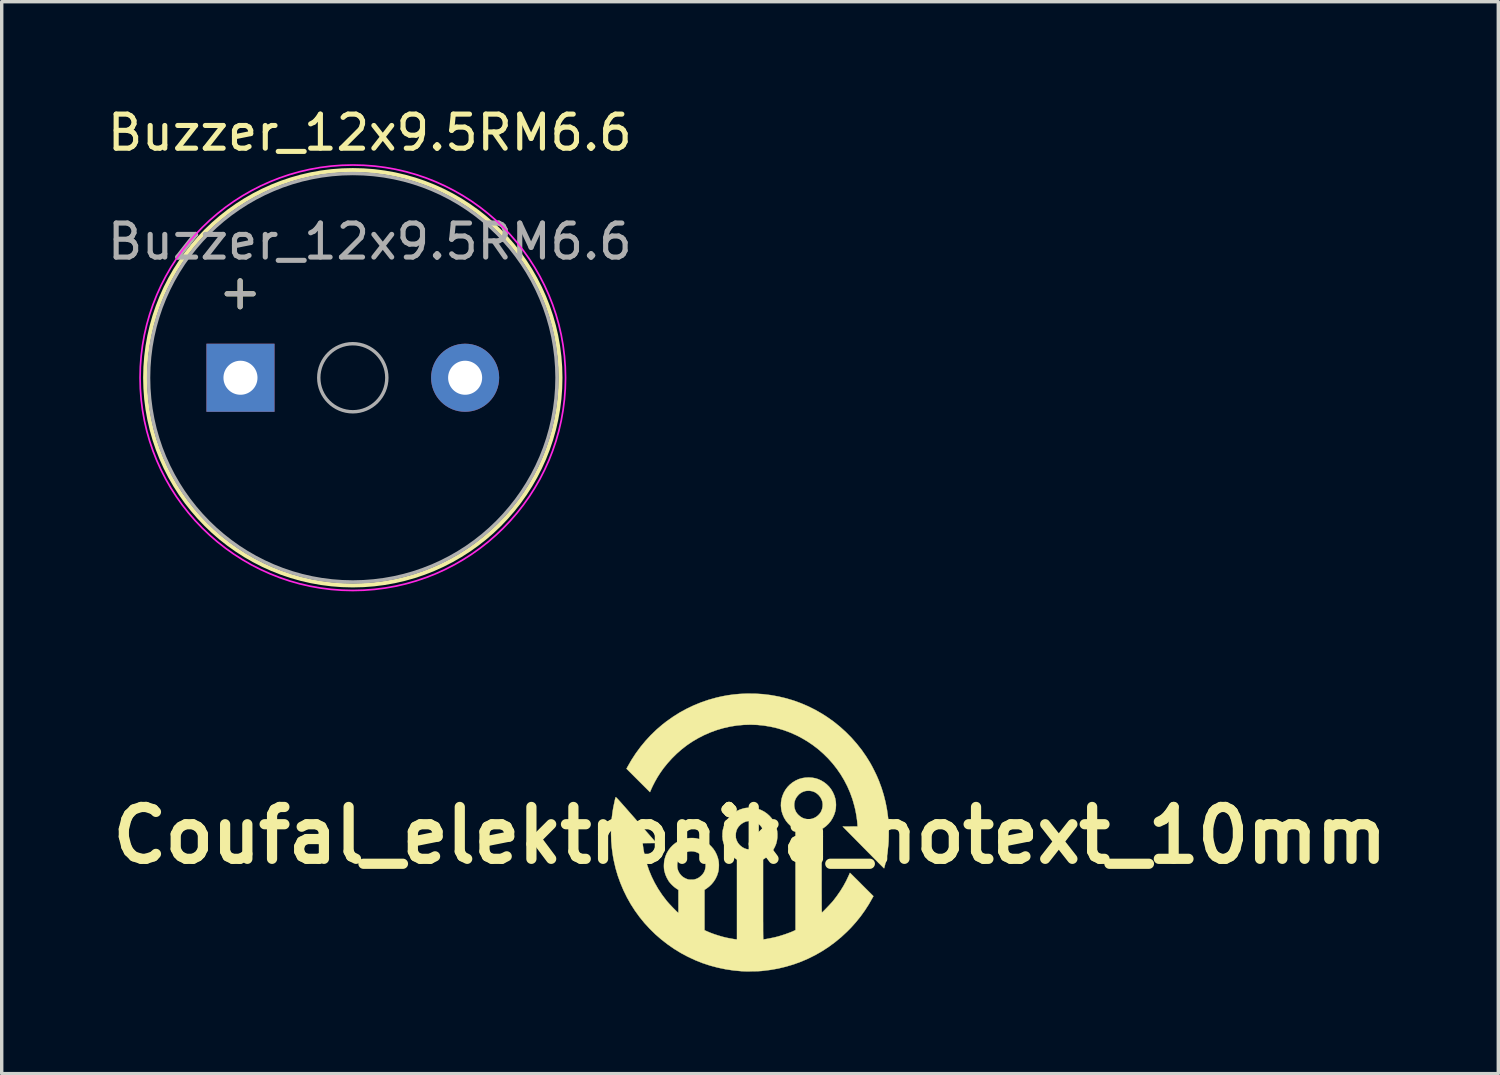
<source format=kicad_pcb>
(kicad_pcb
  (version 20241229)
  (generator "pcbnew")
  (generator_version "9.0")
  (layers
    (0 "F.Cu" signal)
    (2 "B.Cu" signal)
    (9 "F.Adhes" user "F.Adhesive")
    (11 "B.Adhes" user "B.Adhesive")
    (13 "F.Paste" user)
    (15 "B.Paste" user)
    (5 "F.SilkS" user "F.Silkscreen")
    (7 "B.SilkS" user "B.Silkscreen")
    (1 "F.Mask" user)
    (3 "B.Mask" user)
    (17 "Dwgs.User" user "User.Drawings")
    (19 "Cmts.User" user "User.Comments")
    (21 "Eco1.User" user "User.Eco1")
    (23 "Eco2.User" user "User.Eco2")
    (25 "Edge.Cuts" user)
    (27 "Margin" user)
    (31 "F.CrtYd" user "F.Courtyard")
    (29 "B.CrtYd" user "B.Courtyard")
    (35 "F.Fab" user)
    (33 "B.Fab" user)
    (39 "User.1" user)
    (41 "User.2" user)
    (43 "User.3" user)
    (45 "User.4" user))
  (footprint "Buzzer_12x9.5RM6.6"
    (layer "F.Cu")
    (at 4.015 8.048)
    (property "Reference" "Buzzer_12x9.5RM6.6" (at 3.8 -7.2 0) (layer "F.SilkS") (effects (font (size 1 1) (thickness 0.15))))
    (attr through_hole)
    (fp_circle (center 3.3 0) (end 9.4 0) (stroke (width 0.12) (type solid)) (fill no) (layer "F.SilkS"))
    (fp_circle (center 3.3 0) (end 9.55 0) (stroke (width 0.05) (type solid)) (fill no) (layer "F.CrtYd"))
    (fp_circle (center 3.3 0) (end 4.3 0) (stroke (width 0.1) (type solid)) (fill no) (layer "F.Fab"))
    (fp_circle (center 3.3 0) (end 9.3 0) (stroke (width 0.1) (type solid)) (fill no) (layer "F.Fab"))
    (fp_text user "+" (at -0.01 -2.54 0) (layer "F.SilkS") (effects (font (size 1 1) (thickness 0.15))))
    (fp_text user "${REFERENCE}" (at 3.8 -4 0) (layer "F.Fab") (effects (font (size 1 1) (thickness 0.15))))
    (fp_text user "+" (at -0.01 -2.54 0) (layer "F.Fab") (effects (font (size 1 1) (thickness 0.15))))
    (pad "1" thru_hole rect (at 0 0) (size 2 2) (drill 1) (layers "*.Cu" "*.Mask"))
    (pad "2" thru_hole circle (at 6.6 0) (size 2 2) (drill 1) (layers "*.Cu" "*.Mask")))
  (footprint "Coufal_elektronika_notext_10mm"
    (layer "F.Cu")
    (at 18.985 21.492)
    (property "Reference" "Coufal_elektronika_notext_10mm" (at 0 0 0) (layer "F.SilkS") (effects (font (size 1.524 1.524) (thickness 0.3))))
    (attr through_hole)
    (fp_poly (pts (xy 0.146 -4.163) (xy 0.379 -4.148) (xy 0.609 -4.12) (xy 0.836 -4.079) (xy 1.06 -4.026) (xy 1.281 -3.96) (xy 1.498 -3.881) (xy 1.71 -3.79) (xy 1.918 -3.686) (xy 2.12 -3.57) (xy 2.265 -3.477) (xy 2.457 -3.341) (xy 2.639 -3.194) (xy 2.813 -3.037) (xy 2.978 -2.871) (xy 3.132 -2.696) (xy 3.278 -2.512) (xy 3.413 -2.318) (xy 3.528 -2.133) (xy 3.558 -2.079) (xy 3.593 -2.015) (xy 3.629 -1.944) (xy 3.666 -1.87) (xy 3.702 -1.796) (xy 3.735 -1.724) (xy 3.764 -1.657) (xy 3.788 -1.599) (xy 3.864 -1.394) (xy 3.928 -1.187) (xy 3.981 -0.976) (xy 4.023 -0.761) (xy 4.054 -0.538) (xy 4.063 -0.457) (xy 4.067 -0.406) (xy 4.071 -0.345) (xy 4.073 -0.275) (xy 4.075 -0.2) (xy 4.076 -0.121) (xy 4.076 -0.041) (xy 4.075 0.037) (xy 4.073 0.111) (xy 4.071 0.179) (xy 4.067 0.239) (xy 4.063 0.286) (xy 4.051 0.389) (xy 4.038 0.491) (xy 4.023 0.587) (xy 4.008 0.672) (xy 4 0.712) (xy 3.991 0.754) (xy 3.982 0.798) (xy 3.972 0.84) (xy 3.963 0.88) (xy 3.954 0.914) (xy 3.947 0.941) (xy 3.941 0.96) (xy 3.938 0.968) (xy 3.938 0.968) (xy 3.932 0.963) (xy 3.918 0.949) (xy 3.896 0.927) (xy 3.866 0.897) (xy 3.829 0.86) (xy 3.785 0.816) (xy 3.735 0.765) (xy 3.679 0.71) (xy 3.619 0.649) (xy 3.554 0.583) (xy 3.486 0.514) (xy 3.414 0.441) (xy 3.34 0.366) (xy 3.328 0.354) (xy 2.723 -0.259) (xy 2.942 -0.26) (xy 3.16 -0.262) (xy 3.156 -0.329) (xy 3.147 -0.43) (xy 3.132 -0.539) (xy 3.113 -0.653) (xy 3.09 -0.768) (xy 3.067 -0.863) (xy 3.011 -1.059) (xy 2.942 -1.25) (xy 2.862 -1.435) (xy 2.77 -1.614) (xy 2.667 -1.786) (xy 2.553 -1.952) (xy 2.429 -2.11) (xy 2.295 -2.26) (xy 2.152 -2.401) (xy 2 -2.534) (xy 1.839 -2.657) (xy 1.67 -2.77) (xy 1.493 -2.873) (xy 1.375 -2.934) (xy 1.187 -3.018) (xy 0.996 -3.089) (xy 0.803 -3.147) (xy 0.607 -3.192) (xy 0.41 -3.225) (xy 0.212 -3.245) (xy 0.014 -3.252) (xy -0.185 -3.246) (xy -0.383 -3.228) (xy -0.58 -3.197) (xy -0.775 -3.153) (xy -0.968 -3.097) (xy -1.158 -3.028) (xy -1.345 -2.947) (xy -1.528 -2.853) (xy -1.701 -2.751) (xy -1.857 -2.645) (xy -2.009 -2.527) (xy -2.155 -2.399) (xy -2.294 -2.261) (xy -2.424 -2.117) (xy -2.545 -1.967) (xy -2.639 -1.834) (xy -2.718 -1.71) (xy -2.792 -1.58) (xy -2.859 -1.45) (xy -2.904 -1.352) (xy -2.939 -1.27) (xy -3.284 -1.614) (xy -3.628 -1.958) (xy -3.597 -2.016) (xy -3.481 -2.217) (xy -3.354 -2.412) (xy -3.216 -2.599) (xy -3.068 -2.778) (xy -2.911 -2.948) (xy -2.745 -3.108) (xy -2.57 -3.258) (xy -2.449 -3.352) (xy -2.259 -3.486) (xy -2.063 -3.609) (xy -1.859 -3.72) (xy -1.65 -3.82) (xy -1.436 -3.907) (xy -1.217 -3.982) (xy -0.995 -4.044) (xy -0.994 -4.045) (xy -0.821 -4.084) (xy -0.652 -4.115) (xy -0.483 -4.138) (xy -0.311 -4.154) (xy -0.131 -4.163) (xy -0.087 -4.164) (xy 0.146 -4.163)) (stroke (width 0.01) (type solid)) (fill yes) (layer "F.SilkS"))
    (fp_poly (pts (xy 1.825 -1.694) (xy 1.92 -1.677) (xy 1.991 -1.655) (xy 2.084 -1.615) (xy 2.171 -1.563) (xy 2.25 -1.502) (xy 2.321 -1.432) (xy 2.382 -1.354) (xy 2.433 -1.269) (xy 2.474 -1.178) (xy 2.504 -1.083) (xy 2.521 -0.983) (xy 2.526 -0.894) (xy 2.52 -0.793) (xy 2.501 -0.694) (xy 2.469 -0.599) (xy 2.426 -0.508) (xy 2.373 -0.422) (xy 2.309 -0.344) (xy 2.236 -0.274) (xy 2.162 -0.218) (xy 2.103 -0.179) (xy 2.103 1.046) (xy 2.103 1.197) (xy 2.103 1.335) (xy 2.103 1.46) (xy 2.103 1.574) (xy 2.103 1.677) (xy 2.104 1.769) (xy 2.104 1.851) (xy 2.104 1.924) (xy 2.104 1.987) (xy 2.104 2.043) (xy 2.105 2.09) (xy 2.105 2.131) (xy 2.106 2.165) (xy 2.106 2.192) (xy 2.107 2.215) (xy 2.108 2.232) (xy 2.109 2.245) (xy 2.11 2.255) (xy 2.111 2.261) (xy 2.112 2.264) (xy 2.113 2.266) (xy 2.115 2.266) (xy 2.115 2.265) (xy 2.125 2.258) (xy 2.143 2.241) (xy 2.167 2.218) (xy 2.196 2.189) (xy 2.228 2.156) (xy 2.263 2.12) (xy 2.298 2.083) (xy 2.333 2.046) (xy 2.366 2.01) (xy 2.396 1.978) (xy 2.421 1.95) (xy 2.439 1.929) (xy 2.549 1.786) (xy 2.651 1.639) (xy 2.744 1.489) (xy 2.826 1.338) (xy 2.897 1.188) (xy 2.91 1.158) (xy 2.921 1.133) (xy 2.929 1.114) (xy 2.935 1.103) (xy 2.936 1.102) (xy 2.942 1.107) (xy 2.956 1.12) (xy 2.977 1.141) (xy 3.007 1.17) (xy 3.042 1.205) (xy 3.083 1.246) (xy 3.13 1.292) (xy 3.18 1.342) (xy 3.234 1.396) (xy 3.282 1.445) (xy 3.625 1.787) (xy 3.602 1.829) (xy 3.491 2.024) (xy 3.372 2.209) (xy 3.246 2.384) (xy 3.111 2.551) (xy 2.966 2.713) (xy 2.851 2.829) (xy 2.678 2.99) (xy 2.497 3.139) (xy 2.31 3.277) (xy 2.116 3.403) (xy 1.915 3.518) (xy 1.709 3.621) (xy 1.497 3.712) (xy 1.279 3.791) (xy 1.056 3.857) (xy 0.829 3.912) (xy 0.597 3.953) (xy 0.361 3.982) (xy 0.333 3.985) (xy 0.296 3.987) (xy 0.248 3.99) (xy 0.191 3.992) (xy 0.129 3.993) (xy 0.064 3.994) (xy -0.002 3.995) (xy -0.066 3.995) (xy -0.126 3.995) (xy -0.179 3.994) (xy -0.223 3.992) (xy -0.245 3.991) (xy -0.485 3.969) (xy -0.72 3.933) (xy -0.95 3.885) (xy -1.176 3.825) (xy -1.397 3.752) (xy -1.613 3.666) (xy -1.823 3.568) (xy -2.029 3.458) (xy -2.229 3.336) (xy -2.423 3.201) (xy -2.607 3.058) (xy -2.782 2.906) (xy -2.946 2.745) (xy -3.101 2.576) (xy -3.246 2.398) (xy -3.38 2.213) (xy -3.504 2.02) (xy -3.616 1.821) (xy -3.717 1.615) (xy -3.806 1.404) (xy -3.884 1.188) (xy -3.949 0.967) (xy -4.001 0.741) (xy -4.025 0.615) (xy -4.056 0.396) (xy -4.076 0.175) (xy -4.083 -0.047) (xy -4.079 -0.268) (xy -4.064 -0.487) (xy -4.036 -0.702) (xy -4.021 -0.793) (xy -4.013 -0.836) (xy -4.003 -0.883) (xy -3.993 -0.93) (xy -3.983 -0.977) (xy -3.974 -1.021) (xy -3.965 -1.059) (xy -3.957 -1.089) (xy -3.951 -1.11) (xy -3.949 -1.117) (xy -3.947 -1.119) (xy -3.946 -1.12) (xy -3.943 -1.12) (xy -3.939 -1.118) (xy -3.933 -1.114) (xy -3.924 -1.106) (xy -3.913 -1.095) (xy -3.899 -1.08) (xy -3.88 -1.061) (xy -3.858 -1.037) (xy -3.832 -1.007) (xy -3.8 -0.972) (xy -3.763 -0.93) (xy -3.72 -0.881) (xy -3.67 -0.825) (xy -3.614 -0.761) (xy -3.551 -0.689) (xy -3.48 -0.608) (xy -3.4 -0.517) (xy -3.346 -0.455) (xy -2.751 0.225) (xy -2.952 0.227) (xy -3.153 0.229) (xy -3.149 0.28) (xy -3.146 0.305) (xy -3.141 0.34) (xy -3.136 0.38) (xy -3.129 0.42) (xy -3.128 0.429) (xy -3.088 0.63) (xy -3.035 0.828) (xy -2.97 1.021) (xy -2.892 1.21) (xy -2.802 1.393) (xy -2.7 1.571) (xy -2.586 1.743) (xy -2.461 1.909) (xy -2.434 1.942) (xy -2.41 1.969) (xy -2.381 2.002) (xy -2.347 2.039) (xy -2.31 2.078) (xy -2.273 2.117) (xy -2.236 2.155) (xy -2.201 2.19) (xy -2.171 2.22) (xy -2.146 2.244) (xy -2.128 2.259) (xy -2.103 2.279) (xy -2.103 1.602) (xy -2.165 1.562) (xy -2.21 1.53) (xy -2.257 1.49) (xy -2.304 1.445) (xy -2.346 1.399) (xy -2.381 1.356) (xy -2.389 1.344) (xy -2.443 1.25) (xy -2.486 1.151) (xy -2.515 1.048) (xy -2.521 1.021) (xy -2.526 0.98) (xy -2.529 0.929) (xy -2.529 0.88) (xy -2.139 0.88) (xy -2.139 0.894) (xy -2.132 0.968) (xy -2.112 1.037) (xy -2.079 1.103) (xy -2.034 1.163) (xy -2.007 1.191) (xy -1.97 1.222) (xy -1.924 1.251) (xy -1.875 1.275) (xy -1.827 1.292) (xy -1.82 1.294) (xy -1.784 1.3) (xy -1.74 1.302) (xy -1.694 1.302) (xy -1.652 1.299) (xy -1.623 1.293) (xy -1.557 1.271) (xy -1.497 1.238) (xy -1.442 1.193) (xy -1.428 1.18) (xy -1.386 1.134) (xy -1.355 1.088) (xy -1.332 1.039) (xy -1.317 0.99) (xy -1.305 0.919) (xy -1.305 0.848) (xy -1.317 0.78) (xy -1.34 0.716) (xy -1.373 0.656) (xy -1.414 0.603) (xy -1.463 0.557) (xy -1.52 0.519) (xy -1.583 0.491) (xy -1.651 0.473) (xy -1.713 0.468) (xy -1.763 0.469) (xy -1.807 0.475) (xy -1.849 0.487) (xy -1.895 0.506) (xy -1.908 0.512) (xy -1.967 0.548) (xy -2.02 0.593) (xy -2.065 0.648) (xy -2.095 0.699) (xy -2.116 0.747) (xy -2.129 0.79) (xy -2.137 0.832) (xy -2.139 0.88) (xy -2.529 0.88) (xy -2.529 0.873) (xy -2.526 0.817) (xy -2.521 0.765) (xy -2.514 0.722) (xy -2.486 0.621) (xy -2.447 0.527) (xy -2.397 0.44) (xy -2.336 0.36) (xy -2.267 0.288) (xy -2.189 0.225) (xy -2.103 0.172) (xy -2.01 0.13) (xy -1.911 0.099) (xy -1.869 0.09) (xy -1.826 0.084) (xy -1.774 0.08) (xy -1.718 0.078) (xy -1.663 0.079) (xy -1.614 0.083) (xy -1.586 0.087) (xy -1.485 0.111) (xy -1.39 0.147) (xy -1.301 0.194) (xy -1.219 0.251) (xy -1.146 0.318) (xy -1.08 0.393) (xy -1.024 0.477) (xy -0.979 0.567) (xy -0.944 0.664) (xy -0.923 0.755) (xy -0.917 0.809) (xy -0.914 0.871) (xy -0.916 0.937) (xy -0.921 1) (xy -0.93 1.057) (xy -0.936 1.082) (xy -0.968 1.18) (xy -1.012 1.273) (xy -1.067 1.359) (xy -1.132 1.438) (xy -1.205 1.507) (xy -1.271 1.557) (xy -1.337 1.601) (xy -1.337 2.787) (xy -1.284 2.811) (xy -1.172 2.859) (xy -1.051 2.904) (xy -0.924 2.945) (xy -0.796 2.982) (xy -0.706 3.004) (xy -0.669 3.012) (xy -0.628 3.02) (xy -0.584 3.028) (xy -0.539 3.036) (xy -0.496 3.044) (xy -0.458 3.05) (xy -0.427 3.055) (xy -0.405 3.057) (xy -0.398 3.057) (xy -0.383 3.057) (xy -0.383 0.714) (xy -0.452 0.668) (xy -0.534 0.605) (xy -0.607 0.533) (xy -0.67 0.453) (xy -0.722 0.364) (xy -0.764 0.269) (xy -0.794 0.167) (xy -0.797 0.153) (xy -0.804 0.11) (xy -0.808 0.058) (xy -0.81 0.001) (xy -0.809 -0.003) (xy -0.419 -0.003) (xy -0.419 0.033) (xy -0.417 0.061) (xy -0.413 0.084) (xy -0.406 0.109) (xy -0.401 0.124) (xy -0.377 0.182) (xy -0.348 0.231) (xy -0.311 0.276) (xy -0.287 0.3) (xy -0.229 0.346) (xy -0.165 0.382) (xy -0.096 0.405) (xy -0.091 0.406) (xy -0.041 0.413) (xy 0.014 0.414) (xy 0.07 0.408) (xy 0.119 0.398) (xy 0.121 0.397) (xy 0.189 0.369) (xy 0.249 0.33) (xy 0.302 0.283) (xy 0.346 0.227) (xy 0.38 0.165) (xy 0.403 0.097) (xy 0.414 0.026) (xy 0.415 -0.03) (xy 0.404 -0.103) (xy 0.38 -0.171) (xy 0.346 -0.234) (xy 0.302 -0.29) (xy 0.249 -0.338) (xy 0.187 -0.376) (xy 0.118 -0.404) (xy 0.097 -0.41) (xy 0.024 -0.422) (xy -0.047 -0.421) (xy -0.117 -0.407) (xy -0.184 -0.38) (xy -0.246 -0.341) (xy -0.285 -0.309) (xy -0.336 -0.255) (xy -0.374 -0.197) (xy -0.4 -0.136) (xy -0.415 -0.07) (xy -0.419 -0.003) (xy -0.809 -0.003) (xy -0.809 -0.056) (xy -0.805 -0.109) (xy -0.799 -0.154) (xy -0.798 -0.16) (xy -0.769 -0.262) (xy -0.73 -0.358) (xy -0.679 -0.447) (xy -0.619 -0.528) (xy -0.549 -0.601) (xy -0.471 -0.664) (xy -0.385 -0.717) (xy -0.291 -0.76) (xy -0.191 -0.791) (xy -0.167 -0.797) (xy -0.118 -0.805) (xy -0.061 -0.81) (xy -0.000416 -0.812) (xy 0.058 -0.81) (xy 0.111 -0.805) (xy 0.122 -0.804) (xy 0.225 -0.78) (xy 0.322 -0.745) (xy 0.413 -0.698) (xy 0.496 -0.641) (xy 0.572 -0.573) (xy 0.64 -0.496) (xy 0.697 -0.41) (xy 0.724 -0.359) (xy 0.759 -0.28) (xy 0.783 -0.201) (xy 0.798 -0.119) (xy 0.804 -0.046) (xy 0.803 0.059) (xy 0.79 0.158) (xy 0.765 0.254) (xy 0.726 0.346) (xy 0.675 0.438) (xy 0.667 0.449) (xy 0.633 0.496) (xy 0.59 0.545) (xy 0.543 0.592) (xy 0.494 0.634) (xy 0.447 0.668) (xy 0.442 0.672) (xy 0.383 0.709) (xy 0.383 1.883) (xy 0.383 2.032) (xy 0.383 2.169) (xy 0.383 2.293) (xy 0.383 2.405) (xy 0.383 2.506) (xy 0.384 2.596) (xy 0.384 2.676) (xy 0.384 2.747) (xy 0.384 2.809) (xy 0.385 2.862) (xy 0.385 2.908) (xy 0.386 2.946) (xy 0.386 2.978) (xy 0.387 3.003) (xy 0.388 3.023) (xy 0.389 3.037) (xy 0.39 3.048) (xy 0.391 3.054) (xy 0.392 3.057) (xy 0.393 3.057) (xy 0.408 3.056) (xy 0.434 3.052) (xy 0.469 3.047) (xy 0.51 3.039) (xy 0.555 3.031) (xy 0.601 3.022) (xy 0.647 3.013) (xy 0.69 3.004) (xy 0.728 2.995) (xy 0.75 2.99) (xy 0.817 2.973) (xy 0.889 2.952) (xy 0.964 2.928) (xy 1.038 2.904) (xy 1.11 2.878) (xy 1.178 2.853) (xy 1.238 2.829) (xy 1.288 2.806) (xy 1.305 2.798) (xy 1.337 2.782) (xy 1.337 1.302) (xy 1.336 -0.178) (xy 1.27 -0.221) (xy 1.19 -0.281) (xy 1.119 -0.35) (xy 1.056 -0.428) (xy 1.003 -0.514) (xy 0.962 -0.605) (xy 0.931 -0.701) (xy 0.917 -0.773) (xy 0.909 -0.863) (xy 1.299 -0.863) (xy 1.31 -0.797) (xy 1.329 -0.738) (xy 1.352 -0.688) (xy 1.384 -0.642) (xy 1.421 -0.601) (xy 1.48 -0.551) (xy 1.543 -0.513) (xy 1.61 -0.488) (xy 1.68 -0.476) (xy 1.755 -0.476) (xy 1.811 -0.485) (xy 1.833 -0.491) (xy 1.861 -0.502) (xy 1.892 -0.514) (xy 1.901 -0.519) (xy 1.95 -0.547) (xy 1.997 -0.585) (xy 2.039 -0.628) (xy 2.073 -0.673) (xy 2.088 -0.7) (xy 2.117 -0.773) (xy 2.132 -0.846) (xy 2.135 -0.918) (xy 2.125 -0.989) (xy 2.101 -1.057) (xy 2.066 -1.121) (xy 2.018 -1.181) (xy 2.009 -1.19) (xy 1.953 -1.238) (xy 1.892 -1.274) (xy 1.827 -1.297) (xy 1.755 -1.309) (xy 1.717 -1.31) (xy 1.642 -1.305) (xy 1.574 -1.287) (xy 1.511 -1.258) (xy 1.452 -1.216) (xy 1.425 -1.19) (xy 1.376 -1.133) (xy 1.338 -1.07) (xy 1.313 -1.003) (xy 1.3 -0.933) (xy 1.299 -0.863) (xy 0.909 -0.863) (xy 0.908 -0.875) (xy 0.912 -0.976) (xy 0.928 -1.074) (xy 0.956 -1.168) (xy 0.995 -1.259) (xy 1.044 -1.343) (xy 1.103 -1.421) (xy 1.172 -1.492) (xy 1.249 -1.554) (xy 1.335 -1.607) (xy 1.428 -1.65) (xy 1.443 -1.655) (xy 1.534 -1.681) (xy 1.629 -1.696) (xy 1.727 -1.701) (xy 1.825 -1.694)) (stroke (width 0.01) (type solid)) (fill yes) (layer "F.SilkS")))
  (gr_rect
    (start -3 -3)
    (end 40.969 28.492)
    (stroke (width 0.1) (type default))
    (fill no)
    (layer "Edge.Cuts")))
</source>
